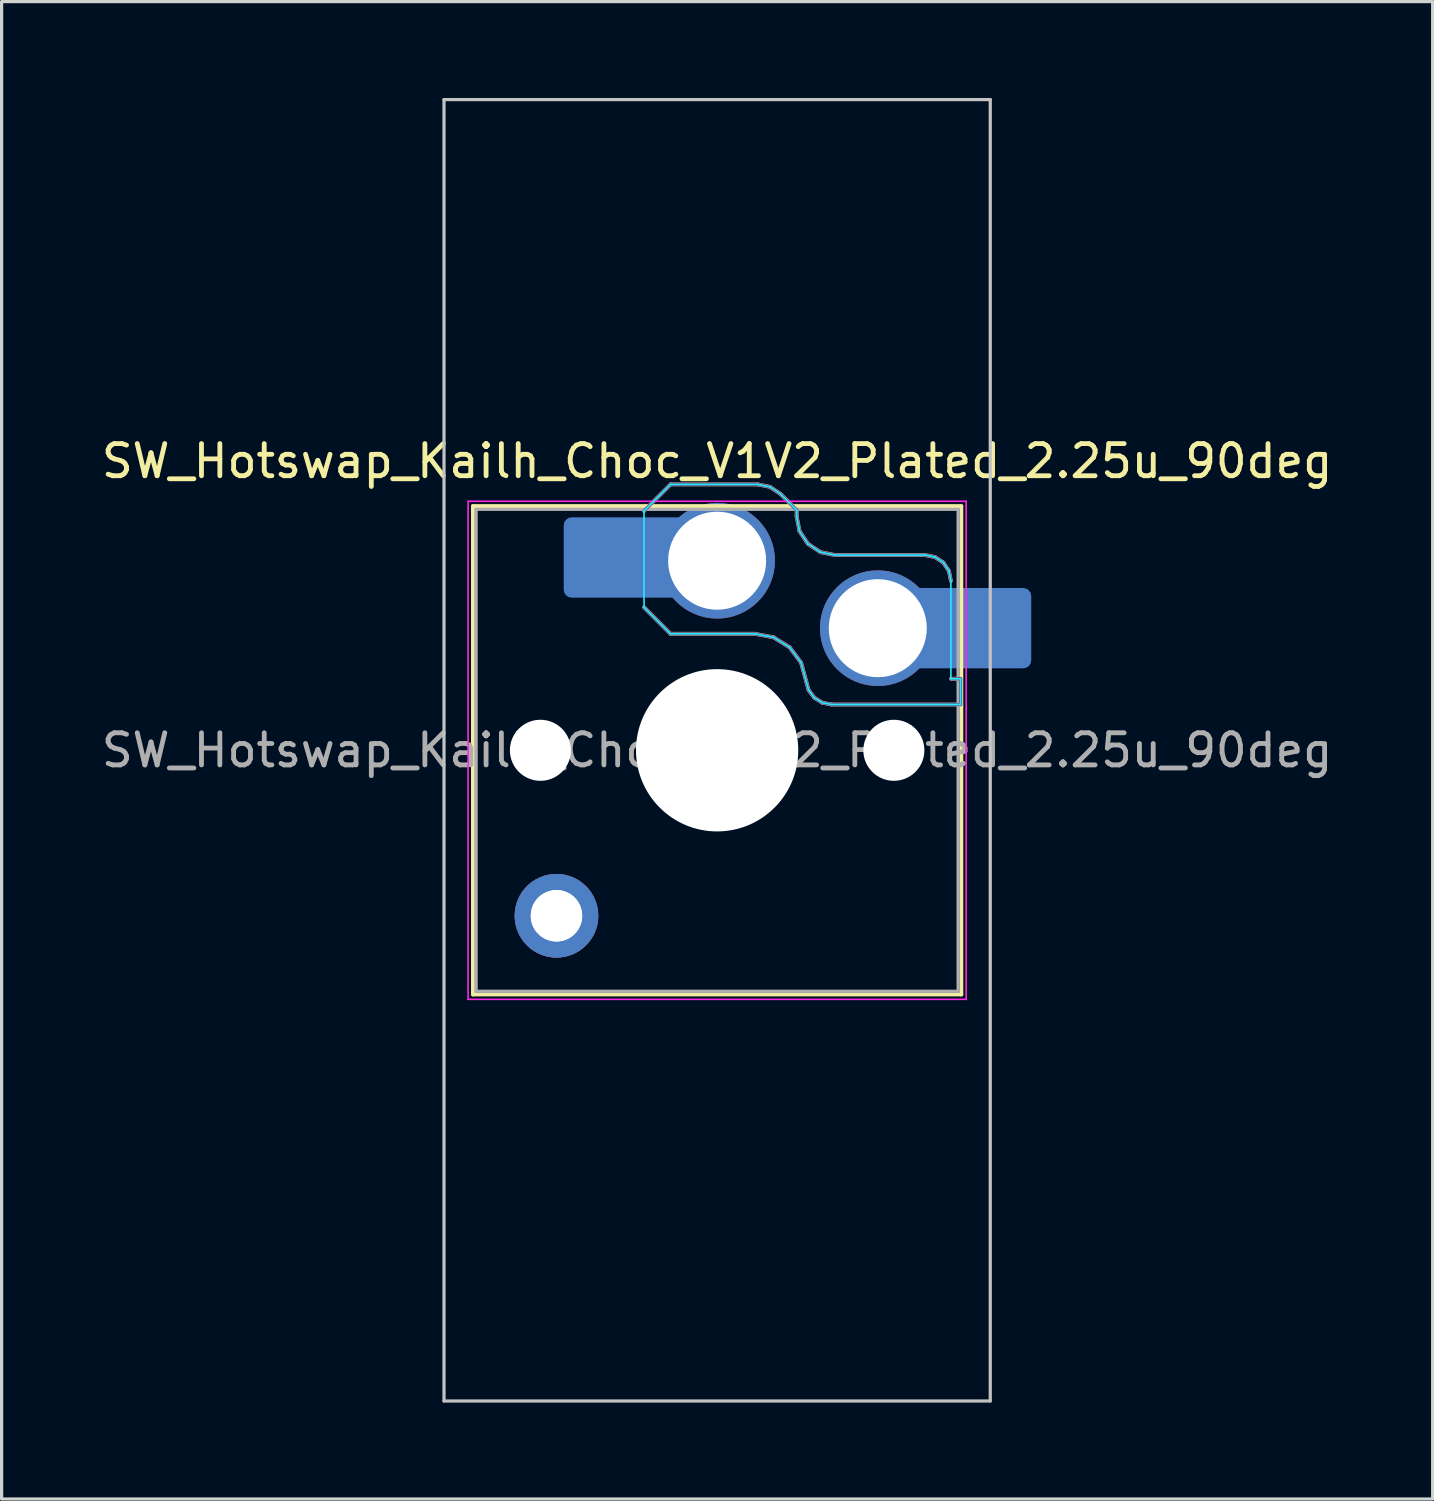
<source format=kicad_pcb>
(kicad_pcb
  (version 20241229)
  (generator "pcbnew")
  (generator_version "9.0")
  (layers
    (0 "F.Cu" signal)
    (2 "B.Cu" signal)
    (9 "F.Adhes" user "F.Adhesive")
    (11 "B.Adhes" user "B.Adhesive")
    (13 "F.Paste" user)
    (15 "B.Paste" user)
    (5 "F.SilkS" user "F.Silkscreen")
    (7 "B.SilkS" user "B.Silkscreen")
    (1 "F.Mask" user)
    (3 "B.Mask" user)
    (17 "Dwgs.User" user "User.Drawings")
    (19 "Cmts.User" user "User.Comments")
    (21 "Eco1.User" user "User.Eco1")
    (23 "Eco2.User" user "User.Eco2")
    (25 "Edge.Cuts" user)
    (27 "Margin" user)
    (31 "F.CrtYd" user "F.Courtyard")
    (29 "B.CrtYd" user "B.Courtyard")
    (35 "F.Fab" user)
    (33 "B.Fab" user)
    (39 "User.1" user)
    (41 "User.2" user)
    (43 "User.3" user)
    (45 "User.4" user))
  (footprint "SW_Hotswap_Kailh_Choc_V1V2_Plated_2.25u_90deg"
    (layer "F.Cu")
    (at 19.268 20.3)
    (property "Reference" "SW_Hotswap_Kailh_Choc_V1V2_Plated_2.25u_90deg" (at 0 -9 0) (layer "F.SilkS") (effects (font (size 1 1) (thickness 0.15))))
    (attr smd)
    (fp_line (start -7.6 -7.6) (end -7.6 7.6) (stroke (width 0.12) (type solid)) (layer "F.SilkS"))
    (fp_line (start -7.6 7.6) (end 7.6 7.6) (stroke (width 0.12) (type solid)) (layer "F.SilkS"))
    (fp_line (start 7.6 -7.6) (end -7.6 -7.6) (stroke (width 0.12) (type solid)) (layer "F.SilkS"))
    (fp_line (start 7.6 7.6) (end 7.6 -7.6) (stroke (width 0.12) (type solid)) (layer "F.SilkS"))
    (fp_line (start -2.275 -7.45) (end -1.45 -8.275) (stroke (width 0.12) (type solid)) (layer "B.SilkS"))
    (fp_line (start -1.45 -8.275) (end 1.261 -8.275) (stroke (width 0.12) (type solid)) (layer "B.SilkS"))
    (fp_line (start -1.45 -3.625) (end -2.275 -4.45) (stroke (width 0.12) (type solid)) (layer "B.SilkS"))
    (fp_line (start 1.175 -3.625) (end -1.45 -3.625) (stroke (width 0.12) (type solid)) (layer "B.SilkS"))
    (fp_line (start 1.261 -8.275) (end 1.643 -8.199) (stroke (width 0.12) (type solid)) (layer "B.SilkS"))
    (fp_line (start 1.643 -8.199) (end 1.968 -7.982) (stroke (width 0.12) (type solid)) (layer "B.SilkS"))
    (fp_line (start 1.756 -3.516) (end 1.175 -3.625) (stroke (width 0.12) (type solid)) (layer "B.SilkS"))
    (fp_line (start 1.968 -7.982) (end 2.475 -7.475) (stroke (width 0.12) (type solid)) (layer "B.SilkS"))
    (fp_line (start 2.258 -3.203) (end 1.756 -3.516) (stroke (width 0.12) (type solid)) (layer "B.SilkS"))
    (fp_line (start 2.475 -7.475) (end 2.475 -7.275) (stroke (width 0.12) (type solid)) (layer "B.SilkS"))
    (fp_line (start 2.475 -7.275) (end 2.566 -6.816) (stroke (width 0.12) (type solid)) (layer "B.SilkS"))
    (fp_line (start 2.566 -6.816) (end 2.826 -6.426) (stroke (width 0.12) (type solid)) (layer "B.SilkS"))
    (fp_line (start 2.612 -2.729) (end 2.258 -3.203) (stroke (width 0.12) (type solid)) (layer "B.SilkS"))
    (fp_line (start 2.769 -2.158) (end 2.612 -2.729) (stroke (width 0.12) (type solid)) (layer "B.SilkS"))
    (fp_line (start 2.826 -6.426) (end 3.216 -6.166) (stroke (width 0.12) (type solid)) (layer "B.SilkS"))
    (fp_line (start 2.848 -1.873) (end 2.769 -2.158) (stroke (width 0.12) (type solid)) (layer "B.SilkS"))
    (fp_line (start 3.025 -1.636) (end 2.848 -1.873) (stroke (width 0.12) (type solid)) (layer "B.SilkS"))
    (fp_line (start 3.216 -6.166) (end 3.675 -6.075) (stroke (width 0.12) (type solid)) (layer "B.SilkS"))
    (fp_line (start 3.276 -1.48) (end 3.025 -1.636) (stroke (width 0.12) (type solid)) (layer "B.SilkS"))
    (fp_line (start 3.567 -1.425) (end 3.276 -1.48) (stroke (width 0.12) (type solid)) (layer "B.SilkS"))
    (fp_line (start 3.675 -6.075) (end 6.475 -6.075) (stroke (width 0.12) (type solid)) (layer "B.SilkS"))
    (fp_line (start 6.475 -6.075) (end 6.781 -6.014) (stroke (width 0.12) (type solid)) (layer "B.SilkS"))
    (fp_line (start 6.781 -6.014) (end 7.041 -5.841) (stroke (width 0.12) (type solid)) (layer "B.SilkS"))
    (fp_line (start 7.041 -5.841) (end 7.214 -5.581) (stroke (width 0.12) (type solid)) (layer "B.SilkS"))
    (fp_line (start 7.214 -5.581) (end 7.275 -5.275) (stroke (width 0.12) (type solid)) (layer "B.SilkS"))
    (fp_line (start 7.275 -2.225) (end 7.575 -2.225) (stroke (width 0.12) (type solid)) (layer "B.SilkS"))
    (fp_line (start 7.575 -2.225) (end 7.575 -1.425) (stroke (width 0.12) (type solid)) (layer "B.SilkS"))
    (fp_line (start 7.575 -1.425) (end 3.567 -1.425) (stroke (width 0.12) (type solid)) (layer "B.SilkS"))
    (fp_line (start -8.5 -20.25) (end 8.5 -20.25) (stroke (width 0.1) (type solid)) (layer "Dwgs.User"))
    (fp_line (start -8.5 20.25) (end -8.5 -20.25) (stroke (width 0.1) (type solid)) (layer "Dwgs.User"))
    (fp_line (start 8.5 -20.25) (end 8.5 20.25) (stroke (width 0.1) (type solid)) (layer "Dwgs.User"))
    (fp_line (start 8.5 20.25) (end -8.5 20.25) (stroke (width 0.1) (type solid)) (layer "Dwgs.User"))
    (fp_line (start -7.25 -7.25) (end -7.25 7.25) (stroke (width 0.1) (type solid)) (layer "Eco1.User"))
    (fp_line (start -7.25 7.25) (end 7.25 7.25) (stroke (width 0.1) (type solid)) (layer "Eco1.User"))
    (fp_line (start 7.25 -7.25) (end -7.25 -7.25) (stroke (width 0.1) (type solid)) (layer "Eco1.User"))
    (fp_line (start 7.25 7.25) (end 7.25 -7.25) (stroke (width 0.1) (type solid)) (layer "Eco1.User"))
    (fp_line (start -2.275 -7.45) (end -1.45 -8.275) (stroke (width 0.05) (type solid)) (layer "B.CrtYd"))
    (fp_line (start -2.275 -4.45) (end -2.275 -7.45) (stroke (width 0.05) (type solid)) (layer "B.CrtYd"))
    (fp_line (start -1.45 -8.275) (end 1.261 -8.275) (stroke (width 0.05) (type solid)) (layer "B.CrtYd"))
    (fp_line (start -1.45 -3.625) (end -2.275 -4.45) (stroke (width 0.05) (type solid)) (layer "B.CrtYd"))
    (fp_line (start 1.175 -3.625) (end -1.45 -3.625) (stroke (width 0.05) (type solid)) (layer "B.CrtYd"))
    (fp_line (start 1.261 -8.275) (end 1.643 -8.199) (stroke (width 0.05) (type solid)) (layer "B.CrtYd"))
    (fp_line (start 1.643 -8.199) (end 1.968 -7.982) (stroke (width 0.05) (type solid)) (layer "B.CrtYd"))
    (fp_line (start 1.756 -3.516) (end 1.175 -3.625) (stroke (width 0.05) (type solid)) (layer "B.CrtYd"))
    (fp_line (start 1.968 -7.982) (end 2.475 -7.475) (stroke (width 0.05) (type solid)) (layer "B.CrtYd"))
    (fp_line (start 2.258 -3.203) (end 1.756 -3.516) (stroke (width 0.05) (type solid)) (layer "B.CrtYd"))
    (fp_line (start 2.475 -7.475) (end 2.475 -7.275) (stroke (width 0.05) (type solid)) (layer "B.CrtYd"))
    (fp_line (start 2.475 -7.275) (end 2.566 -6.816) (stroke (width 0.05) (type solid)) (layer "B.CrtYd"))
    (fp_line (start 2.566 -6.816) (end 2.826 -6.426) (stroke (width 0.05) (type solid)) (layer "B.CrtYd"))
    (fp_line (start 2.612 -2.729) (end 2.258 -3.203) (stroke (width 0.05) (type solid)) (layer "B.CrtYd"))
    (fp_line (start 2.769 -2.158) (end 2.612 -2.729) (stroke (width 0.05) (type solid)) (layer "B.CrtYd"))
    (fp_line (start 2.826 -6.426) (end 3.216 -6.166) (stroke (width 0.05) (type solid)) (layer "B.CrtYd"))
    (fp_line (start 2.848 -1.873) (end 2.769 -2.158) (stroke (width 0.05) (type solid)) (layer "B.CrtYd"))
    (fp_line (start 3.025 -1.636) (end 2.848 -1.873) (stroke (width 0.05) (type solid)) (layer "B.CrtYd"))
    (fp_line (start 3.216 -6.166) (end 3.675 -6.075) (stroke (width 0.05) (type solid)) (layer "B.CrtYd"))
    (fp_line (start 3.276 -1.48) (end 3.025 -1.636) (stroke (width 0.05) (type solid)) (layer "B.CrtYd"))
    (fp_line (start 3.567 -1.425) (end 3.276 -1.48) (stroke (width 0.05) (type solid)) (layer "B.CrtYd"))
    (fp_line (start 3.675 -6.075) (end 6.475 -6.075) (stroke (width 0.05) (type solid)) (layer "B.CrtYd"))
    (fp_line (start 6.475 -6.075) (end 6.781 -6.014) (stroke (width 0.05) (type solid)) (layer "B.CrtYd"))
    (fp_line (start 6.781 -6.014) (end 7.041 -5.841) (stroke (width 0.05) (type solid)) (layer "B.CrtYd"))
    (fp_line (start 7.041 -5.841) (end 7.214 -5.581) (stroke (width 0.05) (type solid)) (layer "B.CrtYd"))
    (fp_line (start 7.214 -5.581) (end 7.275 -5.275) (stroke (width 0.05) (type solid)) (layer "B.CrtYd"))
    (fp_line (start 7.275 -5.275) (end 7.275 -2.225) (stroke (width 0.05) (type solid)) (layer "B.CrtYd"))
    (fp_line (start 7.275 -2.225) (end 7.575 -2.225) (stroke (width 0.05) (type solid)) (layer "B.CrtYd"))
    (fp_line (start 7.575 -2.225) (end 7.575 -1.425) (stroke (width 0.05) (type solid)) (layer "B.CrtYd"))
    (fp_line (start 7.575 -1.425) (end 3.567 -1.425) (stroke (width 0.05) (type solid)) (layer "B.CrtYd"))
    (fp_line (start -7.75 -7.75) (end -7.75 7.75) (stroke (width 0.05) (type solid)) (layer "F.CrtYd"))
    (fp_line (start -7.75 7.75) (end 7.75 7.75) (stroke (width 0.05) (type solid)) (layer "F.CrtYd"))
    (fp_line (start 7.75 -7.75) (end -7.75 -7.75) (stroke (width 0.05) (type solid)) (layer "F.CrtYd"))
    (fp_line (start 7.75 7.75) (end 7.75 -7.75) (stroke (width 0.05) (type solid)) (layer "F.CrtYd"))
    (fp_line (start -2.275 -7.45) (end -1.45 -8.275) (stroke (width 0.1) (type solid)) (layer "B.Fab"))
    (fp_line (start -1.45 -8.275) (end 1.261 -8.275) (stroke (width 0.1) (type solid)) (layer "B.Fab"))
    (fp_line (start -1.45 -3.625) (end -2.275 -4.45) (stroke (width 0.1) (type solid)) (layer "B.Fab"))
    (fp_line (start 1.175 -3.625) (end -1.45 -3.625) (stroke (width 0.1) (type solid)) (layer "B.Fab"))
    (fp_line (start 1.261 -8.275) (end 1.643 -8.199) (stroke (width 0.1) (type solid)) (layer "B.Fab"))
    (fp_line (start 1.643 -8.199) (end 1.968 -7.982) (stroke (width 0.1) (type solid)) (layer "B.Fab"))
    (fp_line (start 1.756 -3.516) (end 1.175 -3.625) (stroke (width 0.1) (type solid)) (layer "B.Fab"))
    (fp_line (start 1.968 -7.982) (end 2.475 -7.475) (stroke (width 0.1) (type solid)) (layer "B.Fab"))
    (fp_line (start 2.258 -3.203) (end 1.756 -3.516) (stroke (width 0.1) (type solid)) (layer "B.Fab"))
    (fp_line (start 2.475 -7.475) (end 2.475 -7.275) (stroke (width 0.1) (type solid)) (layer "B.Fab"))
    (fp_line (start 2.475 -7.275) (end 2.566 -6.816) (stroke (width 0.1) (type solid)) (layer "B.Fab"))
    (fp_line (start 2.566 -6.816) (end 2.826 -6.426) (stroke (width 0.1) (type solid)) (layer "B.Fab"))
    (fp_line (start 2.612 -2.729) (end 2.258 -3.203) (stroke (width 0.1) (type solid)) (layer "B.Fab"))
    (fp_line (start 2.769 -2.158) (end 2.612 -2.729) (stroke (width 0.1) (type solid)) (layer "B.Fab"))
    (fp_line (start 2.826 -6.426) (end 3.216 -6.166) (stroke (width 0.1) (type solid)) (layer "B.Fab"))
    (fp_line (start 2.848 -1.873) (end 2.769 -2.158) (stroke (width 0.1) (type solid)) (layer "B.Fab"))
    (fp_line (start 3.025 -1.636) (end 2.848 -1.873) (stroke (width 0.1) (type solid)) (layer "B.Fab"))
    (fp_line (start 3.216 -6.166) (end 3.675 -6.075) (stroke (width 0.1) (type solid)) (layer "B.Fab"))
    (fp_line (start 3.276 -1.48) (end 3.025 -1.636) (stroke (width 0.1) (type solid)) (layer "B.Fab"))
    (fp_line (start 3.567 -1.425) (end 3.276 -1.48) (stroke (width 0.1) (type solid)) (layer "B.Fab"))
    (fp_line (start 3.675 -6.075) (end 6.475 -6.075) (stroke (width 0.1) (type solid)) (layer "B.Fab"))
    (fp_line (start 6.475 -6.075) (end 6.781 -6.014) (stroke (width 0.1) (type solid)) (layer "B.Fab"))
    (fp_line (start 6.781 -6.014) (end 7.041 -5.841) (stroke (width 0.1) (type solid)) (layer "B.Fab"))
    (fp_line (start 7.041 -5.841) (end 7.214 -5.581) (stroke (width 0.1) (type solid)) (layer "B.Fab"))
    (fp_line (start 7.214 -5.581) (end 7.275 -5.275) (stroke (width 0.1) (type solid)) (layer "B.Fab"))
    (fp_line (start 7.275 -2.225) (end 7.575 -2.225) (stroke (width 0.1) (type solid)) (layer "B.Fab"))
    (fp_line (start 7.575 -2.225) (end 7.575 -1.425) (stroke (width 0.1) (type solid)) (layer "B.Fab"))
    (fp_line (start 7.575 -1.425) (end 3.567 -1.425) (stroke (width 0.1) (type solid)) (layer "B.Fab"))
    (fp_line (start -7.5 -7.5) (end -7.5 7.5) (stroke (width 0.1) (type solid)) (layer "F.Fab"))
    (fp_line (start -7.5 7.5) (end 7.5 7.5) (stroke (width 0.1) (type solid)) (layer "F.Fab"))
    (fp_line (start 7.5 -7.5) (end -7.5 -7.5) (stroke (width 0.1) (type solid)) (layer "F.Fab"))
    (fp_line (start 7.5 7.5) (end 7.5 -7.5) (stroke (width 0.1) (type solid)) (layer "F.Fab"))
    (fp_text user "${REFERENCE}" (at 0 0 0) (layer "F.Fab") (effects (font (size 1 1) (thickness 0.15))))
    (pad "" np_thru_hole circle (at -5.5 0) (size 1.9 1.9) (drill 1.9) (layers "*.Cu" "*.Mask"))
    (pad "" thru_hole circle (at -5 5.15) (size 2.6 2.6) (drill 1.6) (layers "*.Cu" "B.Mask"))
    (pad "" thru_hole circle (at -5 5.15) (size 2.6 2.6) (drill 1.6) (layers "*.Cu" "B.Mask"))
    (pad "" smd roundrect (at -3.5 -6) (size 2.55 2.5) (layers "B.Mask" "B.Paste") (roundrect_rratio 0.1))
    (pad "" np_thru_hole circle (at 0 0) (size 5.05 5.05) (drill 5.05) (layers "*.Cu" "*.Mask"))
    (pad "" np_thru_hole circle (at 5.5 0) (size 1.9 1.9) (drill 1.9) (layers "*.Cu" "*.Mask"))
    (pad "" smd roundrect (at 8.5 -3.8) (size 2.55 2.5) (layers "B.Mask" "B.Paste") (roundrect_rratio 0.1))
    (pad "1" smd roundrect (at -2.85 -6) (size 3.85 2.5) (layers "B.Cu") (roundrect_rratio 0.1))
    (pad "1" thru_hole circle (at 0 -5.9) (size 3.6 3.6) (drill 3.05) (layers "*.Cu" "B.Mask"))
    (pad "2" thru_hole circle (at 5 -3.8) (size 3.6 3.6) (drill 3.05) (layers "*.Cu" "B.Mask"))
    (pad "2" smd roundrect (at 7.85 -3.8) (size 3.85 2.5) (layers "B.Cu") (roundrect_rratio 0.1)))
  (gr_rect
    (start -3 -3)
    (end 41.536 43.6)
    (stroke (width 0.1) (type default))
    (fill no)
    (layer "Edge.Cuts")))
</source>
